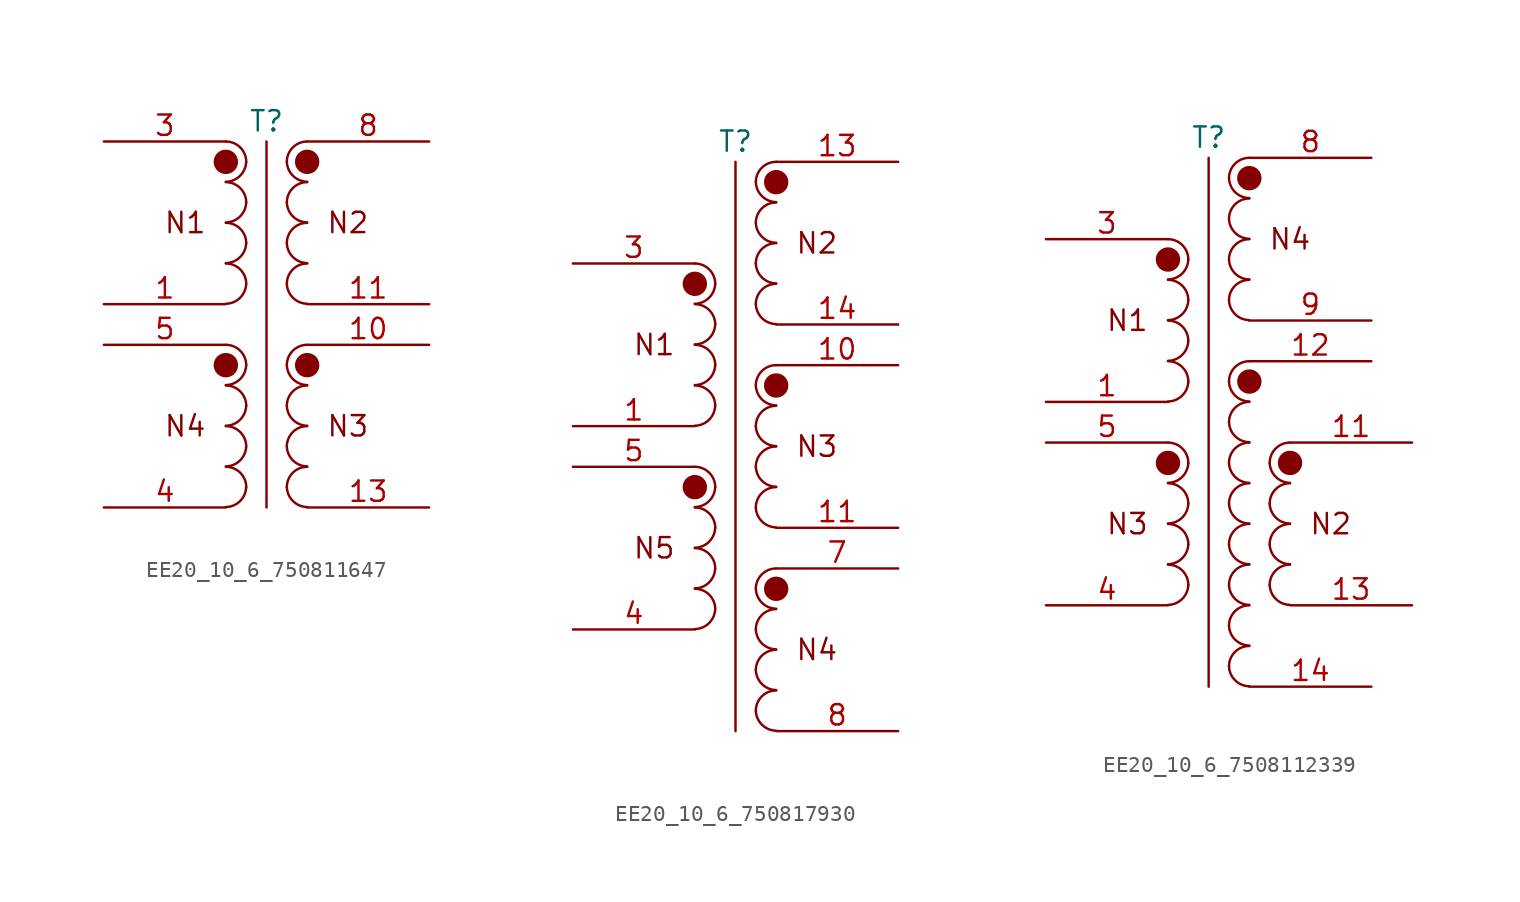
<source format=kicad_sym>
(kicad_symbol_lib
  (version 20220914)
  (generator kicad_symbol_editor)
  (symbol "EE20_10_6_750811647"
    (pin_names hide)
    (property "Reference" "T"
      (at 0 12.7 0)
      (effects (font (size 1.27 1.27))))
    (property "Critical Parameter" ""
      (at 0 -5.08 0)
      (effects (font (size 1.27 1.27)) (justify left)))
    (symbol "EE20_10_6_750811647_0_1"
      (arc (start -2.54 -11.4046) (mid -1.6561 -11.0363) (end -1.27 -10.16) (stroke (width 0) (type default)) (fill (type none)))
      (arc (start -2.54 -8.8646) (mid -1.6561 -8.4963) (end -1.27 -7.62) (stroke (width 0) (type default)) (fill (type none)))
      (arc (start -2.54 -6.3246) (mid -1.6561 -5.9563) (end -1.27 -5.08) (stroke (width 0) (type default)) (fill (type none)))
      (arc (start -2.54 -3.7846) (mid -1.6561 -3.4163) (end -1.27 -2.54) (stroke (width 0) (type default)) (fill (type none)))
      (arc (start -2.54 1.2954) (mid -1.6561 1.6637) (end -1.27 2.54) (stroke (width 0) (type default)) (fill (type none)))
      (arc (start -2.54 3.8354) (mid -1.6561 4.2037) (end -1.27 5.08) (stroke (width 0) (type default)) (fill (type none)))
      (arc (start -2.54 6.3754) (mid -1.6561 6.7437) (end -1.27 7.62) (stroke (width 0) (type default)) (fill (type none)))
      (arc (start -2.54 8.9154) (mid -1.6561 9.2837) (end -1.27 10.16) (stroke (width 0) (type default)) (fill (type none)))
      (arc (start -1.27 -10.16) (mid -1.642 -9.262) (end -2.54 -8.89) (stroke (width 0) (type default)) (fill (type none)))
      (arc (start -1.27 -7.62) (mid -1.642 -6.722) (end -2.54 -6.35) (stroke (width 0) (type default)) (fill (type none)))
      (arc (start -1.27 -5.08) (mid -1.642 -4.182) (end -2.54 -3.81) (stroke (width 0) (type default)) (fill (type none)))
      (arc (start -1.27 -2.54) (mid -1.642 -1.642) (end -2.54 -1.27) (stroke (width 0) (type default)) (fill (type none)))
      (arc (start -1.27 2.54) (mid -1.642 3.438) (end -2.54 3.81) (stroke (width 0) (type default)) (fill (type none)))
      (arc (start -1.27 5.08) (mid -1.642 5.978) (end -2.54 6.35) (stroke (width 0) (type default)) (fill (type none)))
      (arc (start -1.27 7.62) (mid -1.642 8.518) (end -2.54 8.89) (stroke (width 0) (type default)) (fill (type none)))
      (arc (start -1.27 10.16) (mid -1.642 11.058) (end -2.54 11.43) (stroke (width 0) (type default)) (fill (type none)))
      (polyline (pts (xy 0 -11.43) (xy 0 11.43)) (stroke (width 0) (type default)) (fill (type none)))
      (arc (start 1.27 -10.16) (mid 1.6561 -11.0363) (end 2.54 -11.4046) (stroke (width 0) (type default)) (fill (type none)))
      (arc (start 1.27 -7.62) (mid 1.6561 -8.4963) (end 2.54 -8.8646) (stroke (width 0) (type default)) (fill (type none)))
      (arc (start 1.27 -5.08) (mid 1.6561 -5.9563) (end 2.54 -6.3246) (stroke (width 0) (type default)) (fill (type none)))
      (arc (start 1.27 -2.54) (mid 1.6561 -3.4163) (end 2.54 -3.7846) (stroke (width 0) (type default)) (fill (type none)))
      (arc (start 1.27 2.54) (mid 1.6561 1.6637) (end 2.54 1.2954) (stroke (width 0) (type default)) (fill (type none)))
      (arc (start 1.27 5.08) (mid 1.6561 4.2037) (end 2.54 3.8354) (stroke (width 0) (type default)) (fill (type none)))
      (arc (start 1.27 7.62) (mid 1.6561 6.7437) (end 2.54 6.3754) (stroke (width 0) (type default)) (fill (type none)))
      (arc (start 1.27 10.16) (mid 1.6561 9.2837) (end 2.54 8.9154) (stroke (width 0) (type default)) (fill (type none)))
      (arc (start 2.54 -8.89) (mid 1.642 -9.262) (end 1.27 -10.16) (stroke (width 0) (type default)) (fill (type none)))
      (arc (start 2.54 -6.35) (mid 1.642 -6.722) (end 1.27 -7.62) (stroke (width 0) (type default)) (fill (type none)))
      (arc (start 2.54 -3.81) (mid 1.642 -4.182) (end 1.27 -5.08) (stroke (width 0) (type default)) (fill (type none)))
      (arc (start 2.54 -1.27) (mid 1.642 -1.642) (end 1.27 -2.54) (stroke (width 0) (type default)) (fill (type none)))
      (arc (start 2.54 3.81) (mid 1.642 3.438) (end 1.27 2.54) (stroke (width 0) (type default)) (fill (type none)))
      (arc (start 2.54 6.35) (mid 1.642 5.978) (end 1.27 5.08) (stroke (width 0) (type default)) (fill (type none)))
      (arc (start 2.54 8.89) (mid 1.642 8.518) (end 1.27 7.62) (stroke (width 0) (type default)) (fill (type none)))
      (arc (start 2.54 11.43) (mid 1.642 11.058) (end 1.27 10.16) (stroke (width 0) (type default)) (fill (type none))))
    (symbol "EE20_10_6_750811647_1_1"
      (circle (center -2.54 -2.54) (radius 0.0001) (stroke (width 0.762) (type default)) (fill (type none)))
      (circle (center -2.54 10.16) (radius 0.0001) (stroke (width 0.762) (type default)) (fill (type none)))
      (circle (center 2.54 -2.54) (radius 0.0001) (stroke (width 0.762) (type default)) (fill (type none)))
      (circle (center 2.54 10.16) (radius 0.0001) (stroke (width 0.762) (type default)) (fill (type none)))
      (text "N1" (at -5.08 6.35 0) (effects (font (size 1.27 1.27))))
      (text "N2" (at 5.08 6.35 0) (effects (font (size 1.27 1.27))))
      (text "N3" (at 5.08 -6.35 0) (effects (font (size 1.27 1.27))))
      (text "N4" (at -5.08 -6.35 0) (effects (font (size 1.27 1.27))))
      (pin passive line (at -10.16 1.27 0) (length 7.62) (name "1" (effects (font (size 1.27 1.27)))) (number "1" (effects (font (size 1.27 1.27)))))
      (pin passive line (at 10.16 -1.27 180) (length 7.62) (name "10" (effects (font (size 1.27 1.27)))) (number "10" (effects (font (size 1.27 1.27)))))
      (pin passive line (at 10.16 1.27 180) (length 7.62) (name "11" (effects (font (size 1.27 1.27)))) (number "11" (effects (font (size 1.27 1.27)))))
      (pin passive line (at 10.16 -11.43 180) (length 7.62) (name "13" (effects (font (size 1.27 1.27)))) (number "13" (effects (font (size 1.27 1.27)))))
      (pin passive line (at -10.16 11.43 0) (length 7.62) (name "3" (effects (font (size 1.27 1.27)))) (number "3" (effects (font (size 1.27 1.27)))))
      (pin passive line (at -10.16 -11.43 0) (length 7.62) (name "4" (effects (font (size 1.27 1.27)))) (number "4" (effects (font (size 1.27 1.27)))))
      (pin passive line (at -10.16 -1.27 0) (length 7.62) (name "5" (effects (font (size 1.27 1.27)))) (number "5" (effects (font (size 1.27 1.27)))))
      (pin passive line (at 10.16 11.43 180) (length 7.62) (name "8" (effects (font (size 1.27 1.27)))) (number "8" (effects (font (size 1.27 1.27)))))))
  (symbol "EE20_10_6_750817930"
    (pin_names hide)
    (property "Reference" "T"
      (at 0 19.05 0)
      (effects (font (size 1.27 1.27))))
    (property "Critical Parameter" ""
      (at 0 -5.08 0)
      (effects (font (size 1.27 1.27)) (justify left)))
    (symbol "EE20_10_6_750817930_0_1"
      (arc (start -2.54 -11.4046) (mid -1.6561 -11.0363) (end -1.27 -10.16) (stroke (width 0) (type default)) (fill (type none)))
      (arc (start -2.54 -8.8646) (mid -1.6561 -8.4963) (end -1.27 -7.62) (stroke (width 0) (type default)) (fill (type none)))
      (arc (start -2.54 -6.3246) (mid -1.6561 -5.9563) (end -1.27 -5.08) (stroke (width 0) (type default)) (fill (type none)))
      (arc (start -2.54 -3.7846) (mid -1.6561 -3.4163) (end -1.27 -2.54) (stroke (width 0) (type default)) (fill (type none)))
      (arc (start -2.54 1.2954) (mid -1.6561 1.6637) (end -1.27 2.54) (stroke (width 0) (type default)) (fill (type none)))
      (arc (start -2.54 3.8354) (mid -1.6561 4.2037) (end -1.27 5.08) (stroke (width 0) (type default)) (fill (type none)))
      (arc (start -2.54 6.3754) (mid -1.6561 6.7437) (end -1.27 7.62) (stroke (width 0) (type default)) (fill (type none)))
      (arc (start -2.54 8.9154) (mid -1.6561 9.2837) (end -1.27 10.16) (stroke (width 0) (type default)) (fill (type none)))
      (arc (start -1.27 -10.16) (mid -1.642 -9.262) (end -2.54 -8.89) (stroke (width 0) (type default)) (fill (type none)))
      (arc (start -1.27 -7.62) (mid -1.642 -6.722) (end -2.54 -6.35) (stroke (width 0) (type default)) (fill (type none)))
      (arc (start -1.27 -5.08) (mid -1.642 -4.182) (end -2.54 -3.81) (stroke (width 0) (type default)) (fill (type none)))
      (arc (start -1.27 -2.54) (mid -1.642 -1.642) (end -2.54 -1.27) (stroke (width 0) (type default)) (fill (type none)))
      (arc (start -1.27 2.54) (mid -1.642 3.438) (end -2.54 3.81) (stroke (width 0) (type default)) (fill (type none)))
      (arc (start -1.27 5.08) (mid -1.642 5.978) (end -2.54 6.35) (stroke (width 0) (type default)) (fill (type none)))
      (arc (start -1.27 7.62) (mid -1.642 8.518) (end -2.54 8.89) (stroke (width 0) (type default)) (fill (type none)))
      (arc (start -1.27 10.16) (mid -1.642 11.058) (end -2.54 11.43) (stroke (width 0) (type default)) (fill (type none)))
      (polyline (pts (xy 0 -17.78) (xy 0 17.78)) (stroke (width 0) (type default)) (fill (type none)))
      (arc (start 1.27 -16.51) (mid 1.6561 -17.3863) (end 2.54 -17.7546) (stroke (width 0) (type default)) (fill (type none)))
      (arc (start 1.27 -13.97) (mid 1.6561 -14.8463) (end 2.54 -15.2146) (stroke (width 0) (type default)) (fill (type none)))
      (arc (start 1.27 -11.43) (mid 1.6561 -12.3063) (end 2.54 -12.6746) (stroke (width 0) (type default)) (fill (type none)))
      (arc (start 1.27 -8.89) (mid 1.6561 -9.7663) (end 2.54 -10.1346) (stroke (width 0) (type default)) (fill (type none)))
      (arc (start 1.27 -3.81) (mid 1.6561 -4.6863) (end 2.54 -5.0546) (stroke (width 0) (type default)) (fill (type none)))
      (arc (start 1.27 -1.27) (mid 1.6561 -2.1463) (end 2.54 -2.5146) (stroke (width 0) (type default)) (fill (type none)))
      (arc (start 1.27 1.27) (mid 1.6561 0.3937) (end 2.54 0.0254) (stroke (width 0) (type default)) (fill (type none)))
      (arc (start 1.27 3.81) (mid 1.6561 2.9337) (end 2.54 2.5654) (stroke (width 0) (type default)) (fill (type none)))
      (arc (start 1.27 8.89) (mid 1.6561 8.0137) (end 2.54 7.6454) (stroke (width 0) (type default)) (fill (type none)))
      (arc (start 1.27 11.43) (mid 1.6561 10.5537) (end 2.54 10.1854) (stroke (width 0) (type default)) (fill (type none)))
      (arc (start 1.27 13.97) (mid 1.6561 13.0937) (end 2.54 12.7254) (stroke (width 0) (type default)) (fill (type none)))
      (arc (start 1.27 16.51) (mid 1.6561 15.6337) (end 2.54 15.2654) (stroke (width 0) (type default)) (fill (type none)))
      (arc (start 2.54 -15.24) (mid 1.642 -15.612) (end 1.27 -16.51) (stroke (width 0) (type default)) (fill (type none)))
      (arc (start 2.54 -12.7) (mid 1.642 -13.072) (end 1.27 -13.97) (stroke (width 0) (type default)) (fill (type none)))
      (arc (start 2.54 -10.16) (mid 1.642 -10.532) (end 1.27 -11.43) (stroke (width 0) (type default)) (fill (type none)))
      (arc (start 2.54 -7.62) (mid 1.642 -7.992) (end 1.27 -8.89) (stroke (width 0) (type default)) (fill (type none)))
      (arc (start 2.54 -2.54) (mid 1.642 -2.912) (end 1.27 -3.81) (stroke (width 0) (type default)) (fill (type none)))
      (arc (start 2.54 0) (mid 1.642 -0.372) (end 1.27 -1.27) (stroke (width 0) (type default)) (fill (type none)))
      (arc (start 2.54 2.54) (mid 1.642 2.168) (end 1.27 1.27) (stroke (width 0) (type default)) (fill (type none)))
      (arc (start 2.54 5.08) (mid 1.642 4.708) (end 1.27 3.81) (stroke (width 0) (type default)) (fill (type none)))
      (arc (start 2.54 10.16) (mid 1.642 9.788) (end 1.27 8.89) (stroke (width 0) (type default)) (fill (type none)))
      (arc (start 2.54 12.7) (mid 1.642 12.328) (end 1.27 11.43) (stroke (width 0) (type default)) (fill (type none)))
      (arc (start 2.54 15.24) (mid 1.642 14.868) (end 1.27 13.97) (stroke (width 0) (type default)) (fill (type none)))
      (arc (start 2.54 17.78) (mid 1.642 17.408) (end 1.27 16.51) (stroke (width 0) (type default)) (fill (type none))))
    (symbol "EE20_10_6_750817930_1_1"
      (circle (center -2.54 -2.54) (radius 0.0001) (stroke (width 0.762) (type default)) (fill (type none)))
      (circle (center -2.54 10.16) (radius 0.0001) (stroke (width 0.762) (type default)) (fill (type none)))
      (circle (center 2.54 -8.89) (radius 0.0001) (stroke (width 0.762) (type default)) (fill (type none)))
      (circle (center 2.54 3.81) (radius 0.0001) (stroke (width 0.762) (type default)) (fill (type none)))
      (circle (center 2.54 16.51) (radius 0.0001) (stroke (width 0.762) (type default)) (fill (type none)))
      (text "N1" (at -5.08 6.35 0) (effects (font (size 1.27 1.27))))
      (text "N2" (at 5.08 12.7 0) (effects (font (size 1.27 1.27))))
      (text "N3" (at 5.08 0 0) (effects (font (size 1.27 1.27))))
      (text "N4" (at 5.08 -12.7 0) (effects (font (size 1.27 1.27))))
      (text "N5" (at -5.08 -6.35 0) (effects (font (size 1.27 1.27))))
      (pin passive line (at -10.16 1.27 0) (length 7.62) (name "1" (effects (font (size 1.27 1.27)))) (number "1" (effects (font (size 1.27 1.27)))))
      (pin passive line (at 10.16 5.08 180) (length 7.62) (name "10" (effects (font (size 1.27 1.27)))) (number "10" (effects (font (size 1.27 1.27)))))
      (pin passive line (at 10.16 -5.08 180) (length 7.62) (name "11" (effects (font (size 1.27 1.27)))) (number "11" (effects (font (size 1.27 1.27)))))
      (pin passive line (at 10.16 17.78 180) (length 7.62) (name "13" (effects (font (size 1.27 1.27)))) (number "13" (effects (font (size 1.27 1.27)))))
      (pin passive line (at 10.16 7.62 180) (length 7.62) (name "14" (effects (font (size 1.27 1.27)))) (number "14" (effects (font (size 1.27 1.27)))))
      (pin passive line (at -10.16 11.43 0) (length 7.62) (name "3" (effects (font (size 1.27 1.27)))) (number "3" (effects (font (size 1.27 1.27)))))
      (pin passive line (at -10.16 -11.43 0) (length 7.62) (name "4" (effects (font (size 1.27 1.27)))) (number "4" (effects (font (size 1.27 1.27)))))
      (pin passive line (at -10.16 -1.27 0) (length 7.62) (name "5" (effects (font (size 1.27 1.27)))) (number "5" (effects (font (size 1.27 1.27)))))
      (pin passive line (at 10.16 -7.62 180) (length 7.62) (name "7" (effects (font (size 1.27 1.27)))) (number "7" (effects (font (size 1.27 1.27)))))
      (pin passive line (at 10.16 -17.78 180) (length 7.62) (name "8" (effects (font (size 1.27 1.27)))) (number "8" (effects (font (size 1.27 1.27)))))))
  (symbol "EE20_10_6_7508112339"
    (pin_names hide)
    (property "Reference" "T"
      (at 0 17.78 0)
      (effects (font (size 1.27 1.27))))
    (property "Critical Parameter" ""
      (at 0 -5.08 0)
      (effects (font (size 1.27 1.27)) (justify left)))
    (symbol "EE20_10_6_7508112339_0_1"
      (arc (start -2.54 -11.4046) (mid -1.6561 -11.0363) (end -1.27 -10.16) (stroke (width 0) (type default)) (fill (type none)))
      (arc (start -2.54 -8.8646) (mid -1.6561 -8.4963) (end -1.27 -7.62) (stroke (width 0) (type default)) (fill (type none)))
      (arc (start -2.54 -6.3246) (mid -1.6561 -5.9563) (end -1.27 -5.08) (stroke (width 0) (type default)) (fill (type none)))
      (arc (start -2.54 -3.7846) (mid -1.6561 -3.4163) (end -1.27 -2.54) (stroke (width 0) (type default)) (fill (type none)))
      (arc (start -2.54 1.2954) (mid -1.6561 1.6637) (end -1.27 2.54) (stroke (width 0) (type default)) (fill (type none)))
      (arc (start -2.54 3.8354) (mid -1.6561 4.2037) (end -1.27 5.08) (stroke (width 0) (type default)) (fill (type none)))
      (arc (start -2.54 6.3754) (mid -1.6561 6.7437) (end -1.27 7.62) (stroke (width 0) (type default)) (fill (type none)))
      (arc (start -2.54 8.9154) (mid -1.6561 9.2837) (end -1.27 10.16) (stroke (width 0) (type default)) (fill (type none)))
      (arc (start -1.27 -10.16) (mid -1.642 -9.262) (end -2.54 -8.89) (stroke (width 0) (type default)) (fill (type none)))
      (arc (start -1.27 -7.62) (mid -1.642 -6.722) (end -2.54 -6.35) (stroke (width 0) (type default)) (fill (type none)))
      (arc (start -1.27 -5.08) (mid -1.642 -4.182) (end -2.54 -3.81) (stroke (width 0) (type default)) (fill (type none)))
      (arc (start -1.27 -2.54) (mid -1.642 -1.642) (end -2.54 -1.27) (stroke (width 0) (type default)) (fill (type none)))
      (arc (start -1.27 2.54) (mid -1.642 3.438) (end -2.54 3.81) (stroke (width 0) (type default)) (fill (type none)))
      (arc (start -1.27 5.08) (mid -1.642 5.978) (end -2.54 6.35) (stroke (width 0) (type default)) (fill (type none)))
      (arc (start -1.27 7.62) (mid -1.642 8.518) (end -2.54 8.89) (stroke (width 0) (type default)) (fill (type none)))
      (arc (start -1.27 10.16) (mid -1.642 11.058) (end -2.54 11.43) (stroke (width 0) (type default)) (fill (type none)))
      (polyline (pts (xy 0 -16.51) (xy 0 16.51)) (stroke (width 0) (type default)) (fill (type none)))
      (arc (start 1.27 -15.24) (mid 1.6561 -16.1163) (end 2.54 -16.4846) (stroke (width 0) (type default)) (fill (type none)))
      (arc (start 1.27 -12.7) (mid 1.6561 -13.5763) (end 2.54 -13.9446) (stroke (width 0) (type default)) (fill (type none)))
      (arc (start 1.27 -10.16) (mid 1.6561 -11.0363) (end 2.54 -11.4046) (stroke (width 0) (type default)) (fill (type none)))
      (arc (start 1.27 -7.62) (mid 1.6561 -8.4963) (end 2.54 -8.8646) (stroke (width 0) (type default)) (fill (type none)))
      (arc (start 1.27 -5.08) (mid 1.6561 -5.9563) (end 2.54 -6.3246) (stroke (width 0) (type default)) (fill (type none)))
      (arc (start 1.27 -2.54) (mid 1.6561 -3.4163) (end 2.54 -3.7846) (stroke (width 0) (type default)) (fill (type none)))
      (arc (start 1.27 0) (mid 1.6561 -0.8763) (end 2.54 -1.2446) (stroke (width 0) (type default)) (fill (type none)))
      (arc (start 1.27 2.54) (mid 1.6561 1.6637) (end 2.54 1.2954) (stroke (width 0) (type default)) (fill (type none)))
      (arc (start 1.27 7.62) (mid 1.6561 6.7437) (end 2.54 6.3754) (stroke (width 0) (type default)) (fill (type none)))
      (arc (start 1.27 10.16) (mid 1.6561 9.2837) (end 2.54 8.9154) (stroke (width 0) (type default)) (fill (type none)))
      (arc (start 1.27 12.7) (mid 1.6561 11.8237) (end 2.54 11.4554) (stroke (width 0) (type default)) (fill (type none)))
      (arc (start 1.27 15.24) (mid 1.6561 14.3637) (end 2.54 13.9954) (stroke (width 0) (type default)) (fill (type none)))
      (arc (start 2.54 -13.97) (mid 1.642 -14.342) (end 1.27 -15.24) (stroke (width 0) (type default)) (fill (type none)))
      (arc (start 2.54 -11.43) (mid 1.642 -11.802) (end 1.27 -12.7) (stroke (width 0) (type default)) (fill (type none)))
      (arc (start 2.54 -8.89) (mid 1.642 -9.262) (end 1.27 -10.16) (stroke (width 0) (type default)) (fill (type none)))
      (arc (start 2.54 -6.35) (mid 1.642 -6.722) (end 1.27 -7.62) (stroke (width 0) (type default)) (fill (type none)))
      (arc (start 2.54 -3.81) (mid 1.642 -4.182) (end 1.27 -5.08) (stroke (width 0) (type default)) (fill (type none)))
      (arc (start 2.54 -1.27) (mid 1.642 -1.642) (end 1.27 -2.54) (stroke (width 0) (type default)) (fill (type none)))
      (arc (start 2.54 1.27) (mid 1.642 0.898) (end 1.27 0) (stroke (width 0) (type default)) (fill (type none)))
      (arc (start 2.54 3.81) (mid 1.642 3.438) (end 1.27 2.54) (stroke (width 0) (type default)) (fill (type none)))
      (arc (start 2.54 8.89) (mid 1.642 8.518) (end 1.27 7.62) (stroke (width 0) (type default)) (fill (type none)))
      (arc (start 2.54 11.43) (mid 1.642 11.058) (end 1.27 10.16) (stroke (width 0) (type default)) (fill (type none)))
      (arc (start 2.54 13.97) (mid 1.642 13.598) (end 1.27 12.7) (stroke (width 0) (type default)) (fill (type none)))
      (arc (start 2.54 16.51) (mid 1.642 16.138) (end 1.27 15.24) (stroke (width 0) (type default)) (fill (type none)))
      (arc (start 3.81 -10.16) (mid 4.1961 -11.0363) (end 5.08 -11.4046) (stroke (width 0) (type default)) (fill (type none)))
      (arc (start 3.81 -7.62) (mid 4.1961 -8.4963) (end 5.08 -8.8646) (stroke (width 0) (type default)) (fill (type none)))
      (arc (start 3.81 -5.08) (mid 4.1961 -5.9563) (end 5.08 -6.3246) (stroke (width 0) (type default)) (fill (type none)))
      (arc (start 3.81 -2.54) (mid 4.1961 -3.4163) (end 5.08 -3.7846) (stroke (width 0) (type default)) (fill (type none)))
      (arc (start 5.08 -8.89) (mid 4.182 -9.262) (end 3.81 -10.16) (stroke (width 0) (type default)) (fill (type none)))
      (arc (start 5.08 -6.35) (mid 4.182 -6.722) (end 3.81 -7.62) (stroke (width 0) (type default)) (fill (type none)))
      (arc (start 5.08 -3.81) (mid 4.182 -4.182) (end 3.81 -5.08) (stroke (width 0) (type default)) (fill (type none)))
      (arc (start 5.08 -1.27) (mid 4.182 -1.642) (end 3.81 -2.54) (stroke (width 0) (type default)) (fill (type none))))
    (symbol "EE20_10_6_7508112339_1_1"
      (circle (center -2.54 -2.54) (radius 0.0001) (stroke (width 0.762) (type default)) (fill (type none)))
      (circle (center -2.54 10.16) (radius 0.0001) (stroke (width 0.762) (type default)) (fill (type none)))
      (circle (center 2.54 2.54) (radius 0.0001) (stroke (width 0.762) (type default)) (fill (type none)))
      (circle (center 2.54 15.24) (radius 0.0001) (stroke (width 0.762) (type default)) (fill (type none)))
      (circle (center 5.08 -2.54) (radius 0.0001) (stroke (width 0.762) (type default)) (fill (type none)))
      (text "N1" (at -5.08 6.35 0) (effects (font (size 1.27 1.27))))
      (text "N2" (at 7.62 -6.35 0) (effects (font (size 1.27 1.27))))
      (text "N3" (at -5.08 -6.35 0) (effects (font (size 1.27 1.27))))
      (text "N4" (at 5.08 11.43 0) (effects (font (size 1.27 1.27))))
      (pin passive line (at -10.16 1.27 0) (length 7.62) (name "1" (effects (font (size 1.27 1.27)))) (number "1" (effects (font (size 1.27 1.27)))))
      (pin passive line (at 12.7 -1.27 180) (length 7.62) (name "11" (effects (font (size 1.27 1.27)))) (number "11" (effects (font (size 1.27 1.27)))))
      (pin passive line (at 10.16 3.81 180) (length 7.62) (name "12" (effects (font (size 1.27 1.27)))) (number "12" (effects (font (size 1.27 1.27)))))
      (pin passive line (at 12.7 -11.43 180) (length 7.62) (name "13" (effects (font (size 1.27 1.27)))) (number "13" (effects (font (size 1.27 1.27)))))
      (pin passive line (at 10.16 -16.51 180) (length 7.62) (name "14" (effects (font (size 1.27 1.27)))) (number "14" (effects (font (size 1.27 1.27)))))
      (pin passive line (at -10.16 11.43 0) (length 7.62) (name "3" (effects (font (size 1.27 1.27)))) (number "3" (effects (font (size 1.27 1.27)))))
      (pin passive line (at -10.16 -11.43 0) (length 7.62) (name "4" (effects (font (size 1.27 1.27)))) (number "4" (effects (font (size 1.27 1.27)))))
      (pin passive line (at -10.16 -1.27 0) (length 7.62) (name "5" (effects (font (size 1.27 1.27)))) (number "5" (effects (font (size 1.27 1.27)))))
      (pin passive line (at 10.16 16.51 180) (length 7.62) (name "8" (effects (font (size 1.27 1.27)))) (number "8" (effects (font (size 1.27 1.27)))))
      (pin passive line (at 10.16 6.35 180) (length 7.62) (name "9" (effects (font (size 1.27 1.27)))) (number "9" (effects (font (size 1.27 1.27))))))))
</source>
